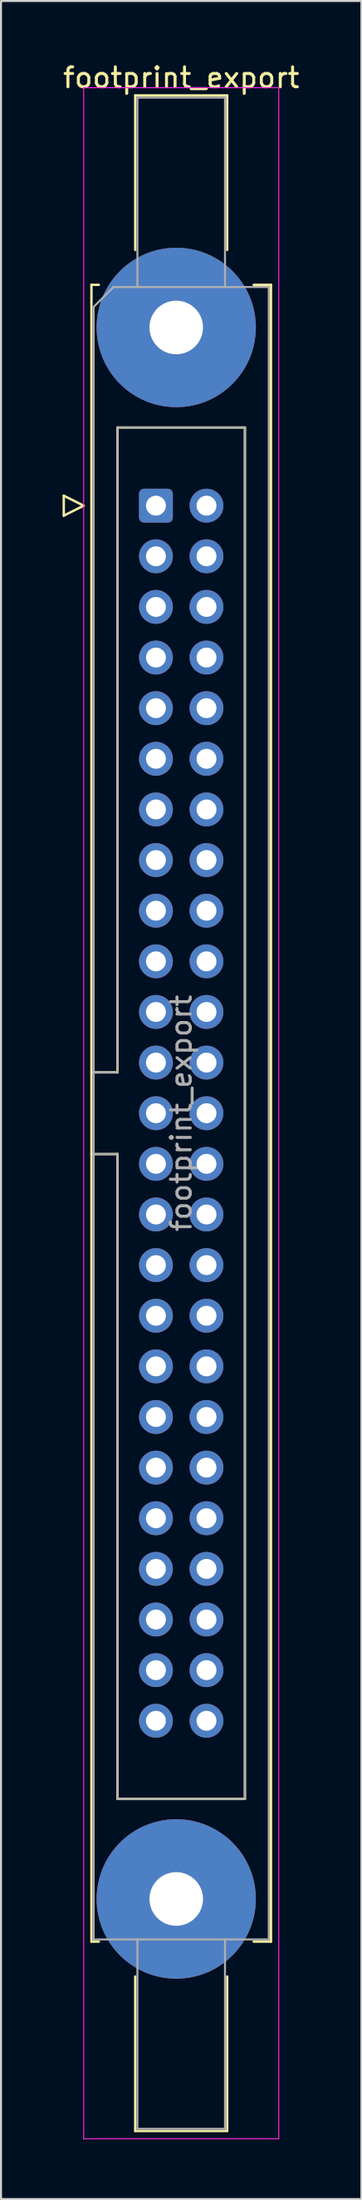
<source format=kicad_pcb>
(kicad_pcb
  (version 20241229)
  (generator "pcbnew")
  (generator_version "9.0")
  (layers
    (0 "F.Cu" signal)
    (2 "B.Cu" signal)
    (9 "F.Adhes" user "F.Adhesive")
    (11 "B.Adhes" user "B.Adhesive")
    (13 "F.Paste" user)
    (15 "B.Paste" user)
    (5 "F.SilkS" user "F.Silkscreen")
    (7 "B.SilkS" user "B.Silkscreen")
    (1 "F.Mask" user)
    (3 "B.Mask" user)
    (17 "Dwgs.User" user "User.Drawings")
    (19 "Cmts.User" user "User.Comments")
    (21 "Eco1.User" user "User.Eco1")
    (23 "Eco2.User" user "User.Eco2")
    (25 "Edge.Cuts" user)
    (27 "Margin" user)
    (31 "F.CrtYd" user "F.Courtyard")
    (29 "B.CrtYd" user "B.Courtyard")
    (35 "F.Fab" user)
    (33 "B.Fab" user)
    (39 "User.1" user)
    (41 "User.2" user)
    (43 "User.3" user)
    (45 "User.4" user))
  (footprint "footprint_export"
    (layer "F.Cu")
    (at 4.784 22.318)
    (property "Reference" "footprint_export" (at 1.27 -21.47 0) (layer "F.SilkS") (effects (font (size 1 1) (thickness 0.15))))
    (attr through_hole)
    (fp_line (start -4.63 -0.5) (end -4.63 0.5) (stroke (width 0.12) (type solid)) (layer "F.SilkS"))
    (fp_line (start -4.63 0.5) (end -3.63 0) (stroke (width 0.12) (type solid)) (layer "F.SilkS"))
    (fp_line (start -3.63 0) (end -4.63 -0.5) (stroke (width 0.12) (type solid)) (layer "F.SilkS"))
    (fp_line (start -3.24 -11.08) (end -3.24 72.04) (stroke (width 0.12) (type solid)) (layer "F.SilkS"))
    (fp_line (start -3.24 28.43) (end -1.93 28.43) (stroke (width 0.12) (type solid)) (layer "F.SilkS"))
    (fp_line (start -3.24 72.04) (end -2.87 72.04) (stroke (width 0.12) (type solid)) (layer "F.SilkS"))
    (fp_line (start -2.87 -11.08) (end -3.24 -11.08) (stroke (width 0.12) (type solid)) (layer "F.SilkS"))
    (fp_line (start -1.93 -3.92) (end 4.47 -3.92) (stroke (width 0.12) (type solid)) (layer "F.SilkS"))
    (fp_line (start -1.93 28.43) (end -1.93 -3.92) (stroke (width 0.12) (type solid)) (layer "F.SilkS"))
    (fp_line (start -1.93 32.53) (end -3.24 32.53) (stroke (width 0.12) (type solid)) (layer "F.SilkS"))
    (fp_line (start -1.93 32.53) (end -1.93 32.53) (stroke (width 0.12) (type solid)) (layer "F.SilkS"))
    (fp_line (start -1.93 64.88) (end -1.93 32.53) (stroke (width 0.12) (type solid)) (layer "F.SilkS"))
    (fp_line (start -1.04 -20.58) (end 3.58 -20.58) (stroke (width 0.12) (type solid)) (layer "F.SilkS"))
    (fp_line (start -1.04 -12.83) (end -1.04 -20.58) (stroke (width 0.12) (type solid)) (layer "F.SilkS"))
    (fp_line (start -1.04 73.79) (end -1.04 81.54) (stroke (width 0.12) (type solid)) (layer "F.SilkS"))
    (fp_line (start -1.04 81.54) (end 3.58 81.54) (stroke (width 0.12) (type solid)) (layer "F.SilkS"))
    (fp_line (start 3.58 -20.58) (end 3.58 -12.83) (stroke (width 0.12) (type solid)) (layer "F.SilkS"))
    (fp_line (start 3.58 81.54) (end 3.58 73.79) (stroke (width 0.12) (type solid)) (layer "F.SilkS"))
    (fp_line (start 4.47 -3.92) (end 4.47 64.88) (stroke (width 0.12) (type solid)) (layer "F.SilkS"))
    (fp_line (start 4.47 64.88) (end -1.93 64.88) (stroke (width 0.12) (type solid)) (layer "F.SilkS"))
    (fp_line (start 4.91 -11.08) (end 5.78 -11.08) (stroke (width 0.12) (type solid)) (layer "F.SilkS"))
    (fp_line (start 5.78 -11.08) (end 5.78 72.04) (stroke (width 0.12) (type solid)) (layer "F.SilkS"))
    (fp_line (start 5.78 72.04) (end 4.91 72.04) (stroke (width 0.12) (type solid)) (layer "F.SilkS"))
    (fp_line (start -3.63 -20.97) (end -3.63 81.93) (stroke (width 0.05) (type solid)) (layer "F.CrtYd"))
    (fp_line (start -3.63 81.93) (end 6.17 81.93) (stroke (width 0.05) (type solid)) (layer "F.CrtYd"))
    (fp_line (start 6.17 -20.97) (end -3.63 -20.97) (stroke (width 0.05) (type solid)) (layer "F.CrtYd"))
    (fp_line (start 6.17 81.93) (end 6.17 -20.97) (stroke (width 0.05) (type solid)) (layer "F.CrtYd"))
    (fp_line (start -3.13 -9.97) (end -2.13 -10.97) (stroke (width 0.1) (type solid)) (layer "F.Fab"))
    (fp_line (start -3.13 28.43) (end -1.93 28.43) (stroke (width 0.1) (type solid)) (layer "F.Fab"))
    (fp_line (start -3.13 71.93) (end -3.13 -9.97) (stroke (width 0.1) (type solid)) (layer "F.Fab"))
    (fp_line (start -2.13 -10.97) (end 5.67 -10.97) (stroke (width 0.1) (type solid)) (layer "F.Fab"))
    (fp_line (start -1.93 -3.92) (end 4.47 -3.92) (stroke (width 0.1) (type solid)) (layer "F.Fab"))
    (fp_line (start -1.93 28.43) (end -1.93 -3.92) (stroke (width 0.1) (type solid)) (layer "F.Fab"))
    (fp_line (start -1.93 32.53) (end -3.13 32.53) (stroke (width 0.1) (type solid)) (layer "F.Fab"))
    (fp_line (start -1.93 32.53) (end -1.93 32.53) (stroke (width 0.1) (type solid)) (layer "F.Fab"))
    (fp_line (start -1.93 64.88) (end -1.93 32.53) (stroke (width 0.1) (type solid)) (layer "F.Fab"))
    (fp_line (start -0.93 -20.47) (end 3.47 -20.47) (stroke (width 0.1) (type solid)) (layer "F.Fab"))
    (fp_line (start -0.93 -10.97) (end -0.93 -20.47) (stroke (width 0.1) (type solid)) (layer "F.Fab"))
    (fp_line (start -0.93 71.93) (end -0.93 81.43) (stroke (width 0.1) (type solid)) (layer "F.Fab"))
    (fp_line (start -0.93 81.43) (end 3.47 81.43) (stroke (width 0.1) (type solid)) (layer "F.Fab"))
    (fp_line (start 3.47 -20.47) (end 3.47 -10.97) (stroke (width 0.1) (type solid)) (layer "F.Fab"))
    (fp_line (start 3.47 81.43) (end 3.47 71.93) (stroke (width 0.1) (type solid)) (layer "F.Fab"))
    (fp_line (start 4.47 -3.92) (end 4.47 64.88) (stroke (width 0.1) (type solid)) (layer "F.Fab"))
    (fp_line (start 4.47 64.88) (end -1.93 64.88) (stroke (width 0.1) (type solid)) (layer "F.Fab"))
    (fp_line (start 5.67 -10.97) (end 5.67 71.93) (stroke (width 0.1) (type solid)) (layer "F.Fab"))
    (fp_line (start 5.67 71.93) (end -3.13 71.93) (stroke (width 0.1) (type solid)) (layer "F.Fab"))
    (fp_text user "${REFERENCE}" (at 1.27 30.48 90) (layer "F.Fab") (effects (font (size 1 1) (thickness 0.15))))
    (pad "1" thru_hole roundrect (at 0 0) (size 1.7 1.7) (drill 1) (layers "*.Cu" "*.Mask") (roundrect_rratio 0.147))
    (pad "2" thru_hole circle (at 2.54 0) (size 1.7 1.7) (drill 1) (layers "*.Cu" "*.Mask"))
    (pad "3" thru_hole circle (at 0 2.54) (size 1.7 1.7) (drill 1) (layers "*.Cu" "*.Mask"))
    (pad "4" thru_hole circle (at 2.54 2.54) (size 1.7 1.7) (drill 1) (layers "*.Cu" "*.Mask"))
    (pad "5" thru_hole circle (at 0 5.08) (size 1.7 1.7) (drill 1) (layers "*.Cu" "*.Mask"))
    (pad "6" thru_hole circle (at 2.54 5.08) (size 1.7 1.7) (drill 1) (layers "*.Cu" "*.Mask"))
    (pad "7" thru_hole circle (at 0 7.62) (size 1.7 1.7) (drill 1) (layers "*.Cu" "*.Mask"))
    (pad "8" thru_hole circle (at 2.54 7.62) (size 1.7 1.7) (drill 1) (layers "*.Cu" "*.Mask"))
    (pad "9" thru_hole circle (at 0 10.16) (size 1.7 1.7) (drill 1) (layers "*.Cu" "*.Mask"))
    (pad "10" thru_hole circle (at 2.54 10.16) (size 1.7 1.7) (drill 1) (layers "*.Cu" "*.Mask"))
    (pad "11" thru_hole circle (at 0 12.7) (size 1.7 1.7) (drill 1) (layers "*.Cu" "*.Mask"))
    (pad "12" thru_hole circle (at 2.54 12.7) (size 1.7 1.7) (drill 1) (layers "*.Cu" "*.Mask"))
    (pad "13" thru_hole circle (at 0 15.24) (size 1.7 1.7) (drill 1) (layers "*.Cu" "*.Mask"))
    (pad "14" thru_hole circle (at 2.54 15.24) (size 1.7 1.7) (drill 1) (layers "*.Cu" "*.Mask"))
    (pad "15" thru_hole circle (at 0 17.78) (size 1.7 1.7) (drill 1) (layers "*.Cu" "*.Mask"))
    (pad "16" thru_hole circle (at 2.54 17.78) (size 1.7 1.7) (drill 1) (layers "*.Cu" "*.Mask"))
    (pad "17" thru_hole circle (at 0 20.32) (size 1.7 1.7) (drill 1) (layers "*.Cu" "*.Mask"))
    (pad "18" thru_hole circle (at 2.54 20.32) (size 1.7 1.7) (drill 1) (layers "*.Cu" "*.Mask"))
    (pad "19" thru_hole circle (at 0 22.86) (size 1.7 1.7) (drill 1) (layers "*.Cu" "*.Mask"))
    (pad "20" thru_hole circle (at 2.54 22.86) (size 1.7 1.7) (drill 1) (layers "*.Cu" "*.Mask"))
    (pad "21" thru_hole circle (at 0 25.4) (size 1.7 1.7) (drill 1) (layers "*.Cu" "*.Mask"))
    (pad "22" thru_hole circle (at 2.54 25.4) (size 1.7 1.7) (drill 1) (layers "*.Cu" "*.Mask"))
    (pad "23" thru_hole circle (at 0 27.94) (size 1.7 1.7) (drill 1) (layers "*.Cu" "*.Mask"))
    (pad "24" thru_hole circle (at 2.54 27.94) (size 1.7 1.7) (drill 1) (layers "*.Cu" "*.Mask"))
    (pad "25" thru_hole circle (at 0 30.48) (size 1.7 1.7) (drill 1) (layers "*.Cu" "*.Mask"))
    (pad "26" thru_hole circle (at 2.54 30.48) (size 1.7 1.7) (drill 1) (layers "*.Cu" "*.Mask"))
    (pad "27" thru_hole circle (at 0 33.02) (size 1.7 1.7) (drill 1) (layers "*.Cu" "*.Mask"))
    (pad "28" thru_hole circle (at 2.54 33.02) (size 1.7 1.7) (drill 1) (layers "*.Cu" "*.Mask"))
    (pad "29" thru_hole circle (at 0 35.56) (size 1.7 1.7) (drill 1) (layers "*.Cu" "*.Mask"))
    (pad "30" thru_hole circle (at 2.54 35.56) (size 1.7 1.7) (drill 1) (layers "*.Cu" "*.Mask"))
    (pad "31" thru_hole circle (at 0 38.1) (size 1.7 1.7) (drill 1) (layers "*.Cu" "*.Mask"))
    (pad "32" thru_hole circle (at 2.54 38.1) (size 1.7 1.7) (drill 1) (layers "*.Cu" "*.Mask"))
    (pad "33" thru_hole circle (at 0 40.64) (size 1.7 1.7) (drill 1) (layers "*.Cu" "*.Mask"))
    (pad "34" thru_hole circle (at 2.54 40.64) (size 1.7 1.7) (drill 1) (layers "*.Cu" "*.Mask"))
    (pad "35" thru_hole circle (at 0 43.18) (size 1.7 1.7) (drill 1) (layers "*.Cu" "*.Mask"))
    (pad "36" thru_hole circle (at 2.54 43.18) (size 1.7 1.7) (drill 1) (layers "*.Cu" "*.Mask"))
    (pad "37" thru_hole circle (at 0 45.72) (size 1.7 1.7) (drill 1) (layers "*.Cu" "*.Mask"))
    (pad "38" thru_hole circle (at 2.54 45.72) (size 1.7 1.7) (drill 1) (layers "*.Cu" "*.Mask"))
    (pad "39" thru_hole circle (at 0 48.26) (size 1.7 1.7) (drill 1) (layers "*.Cu" "*.Mask"))
    (pad "40" thru_hole circle (at 2.54 48.26) (size 1.7 1.7) (drill 1) (layers "*.Cu" "*.Mask"))
    (pad "41" thru_hole circle (at 0 50.8) (size 1.7 1.7) (drill 1) (layers "*.Cu" "*.Mask"))
    (pad "42" thru_hole circle (at 2.54 50.8) (size 1.7 1.7) (drill 1) (layers "*.Cu" "*.Mask"))
    (pad "43" thru_hole circle (at 0 53.34) (size 1.7 1.7) (drill 1) (layers "*.Cu" "*.Mask"))
    (pad "44" thru_hole circle (at 2.54 53.34) (size 1.7 1.7) (drill 1) (layers "*.Cu" "*.Mask"))
    (pad "45" thru_hole circle (at 0 55.88) (size 1.7 1.7) (drill 1) (layers "*.Cu" "*.Mask"))
    (pad "46" thru_hole circle (at 2.54 55.88) (size 1.7 1.7) (drill 1) (layers "*.Cu" "*.Mask"))
    (pad "47" thru_hole circle (at 0 58.42) (size 1.7 1.7) (drill 1) (layers "*.Cu" "*.Mask"))
    (pad "48" thru_hole circle (at 2.54 58.42) (size 1.7 1.7) (drill 1) (layers "*.Cu" "*.Mask"))
    (pad "49" thru_hole circle (at 0 60.96) (size 1.7 1.7) (drill 1) (layers "*.Cu" "*.Mask"))
    (pad "50" thru_hole circle (at 2.54 60.96) (size 1.7 1.7) (drill 1) (layers "*.Cu" "*.Mask"))
    (pad "MP" thru_hole circle (at 1.02 -8.94) (size 8 8) (drill 2.69) (layers "*.Cu" "*.Mask"))
    (pad "MP" thru_hole circle (at 1.02 69.9) (size 8 8) (drill 2.69) (layers "*.Cu" "*.Mask")))
  (gr_rect
    (start -3 -3)
    (end 15.107 107.273)
    (stroke (width 0.1) (type default))
    (fill no)
    (layer "Edge.Cuts")))
</source>
